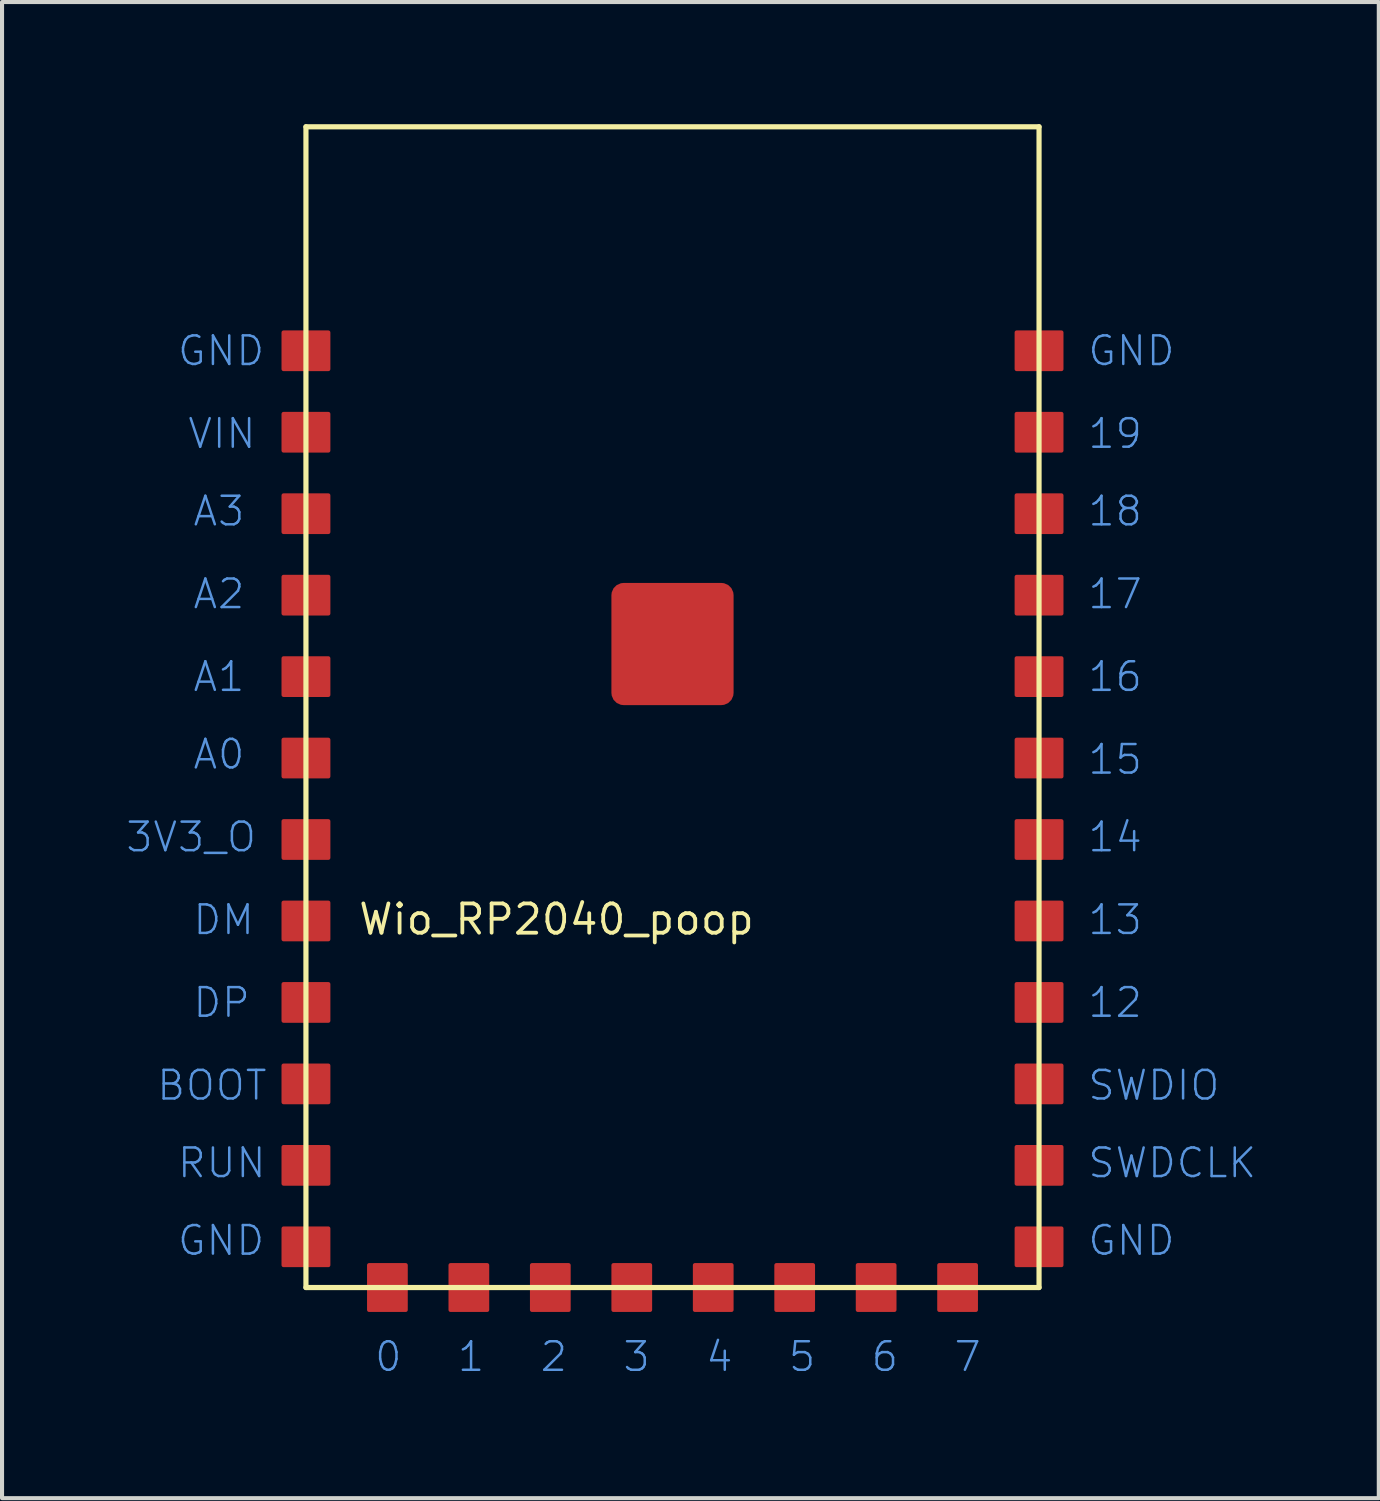
<source format=kicad_pcb>
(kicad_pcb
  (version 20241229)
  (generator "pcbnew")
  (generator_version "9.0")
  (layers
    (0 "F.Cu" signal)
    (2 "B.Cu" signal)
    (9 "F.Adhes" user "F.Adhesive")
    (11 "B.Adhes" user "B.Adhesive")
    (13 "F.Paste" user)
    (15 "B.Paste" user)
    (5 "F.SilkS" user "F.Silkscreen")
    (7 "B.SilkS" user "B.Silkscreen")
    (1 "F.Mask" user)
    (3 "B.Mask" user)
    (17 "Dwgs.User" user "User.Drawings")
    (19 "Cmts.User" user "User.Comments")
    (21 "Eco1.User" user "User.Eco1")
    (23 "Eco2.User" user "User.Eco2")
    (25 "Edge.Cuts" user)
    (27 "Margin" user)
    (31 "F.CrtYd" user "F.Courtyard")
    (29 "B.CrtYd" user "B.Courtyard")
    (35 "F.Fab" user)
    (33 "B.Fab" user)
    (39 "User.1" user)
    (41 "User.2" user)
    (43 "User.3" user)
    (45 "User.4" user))
  (footprint "Wio_RP2040_poop"
    (layer "F.Cu")
    (at 13.462 11.563)
    (property "Reference" "Wio_RP2040_poop" (at 2.057 7.96 0) (layer "F.SilkS") (effects (font (size 0.719 0.719) (thickness 0.093)) (justify right)))
    (fp_line (start -9 -11.5) (end 9 -11.5) (stroke (width 0.127) (type solid)) (layer "F.SilkS"))
    (fp_line (start -9 17) (end -9 -11.5) (stroke (width 0.127) (type solid)) (layer "F.SilkS"))
    (fp_line (start 9 -11.5) (end 9 17) (stroke (width 0.127) (type solid)) (layer "F.SilkS"))
    (fp_line (start 9 17) (end -9 17) (stroke (width 0.127) (type solid)) (layer "F.SilkS"))
    (fp_text user "18" (at 10.16 -1.651 0) (layer "Cmts.User") (effects (font (size 0.701 0.701) (thickness 0.061)) (justify left bottom)))
    (fp_text user "GND" (at 10.16 -5.588 0) (layer "Cmts.User") (effects (font (size 0.701 0.701) (thickness 0.061)) (justify left bottom)))
    (fp_text user "19" (at 10.16 -3.556 0) (layer "Cmts.User") (effects (font (size 0.701 0.701) (thickness 0.061)) (justify left bottom)))
    (fp_text user "15" (at 10.16 4.445 0) (layer "Cmts.User") (effects (font (size 0.701 0.701) (thickness 0.061)) (justify left bottom)))
    (fp_text user "VIN" (at -11.938 -3.556 0) (layer "Cmts.User") (effects (font (size 0.701 0.701) (thickness 0.061)) (justify left bottom)))
    (fp_text user "3V3_O" (at -13.462 6.35 0) (layer "Cmts.User") (effects (font (size 0.701 0.701) (thickness 0.061)) (justify left bottom)))
    (fp_text user "A3" (at -11.811 -1.651 0) (layer "Cmts.User") (effects (font (size 0.701 0.701) (thickness 0.061)) (justify left bottom)))
    (fp_text user "3" (at -0.508 18.288 0) (layer "Cmts.User") (effects (font (size 0.701 0.701) (thickness 0.061)) (justify right top)))
    (fp_text user "GND" (at 10.16 16.256 0) (layer "Cmts.User") (effects (font (size 0.701 0.701) (thickness 0.061)) (justify left bottom)))
    (fp_text user "1" (at -4.572 18.288 0) (layer "Cmts.User") (effects (font (size 0.701 0.701) (thickness 0.061)) (justify right top)))
    (fp_text user "4" (at 1.524 18.288 0) (layer "Cmts.User") (effects (font (size 0.701 0.701) (thickness 0.061)) (justify right top)))
    (fp_text user "5" (at 3.556 18.288 0) (layer "Cmts.User") (effects (font (size 0.701 0.701) (thickness 0.061)) (justify right top)))
    (fp_text user "A0" (at -11.811 4.318 0) (layer "Cmts.User") (effects (font (size 0.701 0.701) (thickness 0.061)) (justify left bottom)))
    (fp_text user "A2" (at -11.811 0.381 0) (layer "Cmts.User") (effects (font (size 0.701 0.701) (thickness 0.061)) (justify left bottom)))
    (fp_text user "SWDIO" (at 10.16 12.446 0) (layer "Cmts.User") (effects (font (size 0.701 0.701) (thickness 0.061)) (justify left bottom)))
    (fp_text user "DP" (at -11.811 10.414 0) (layer "Cmts.User") (effects (font (size 0.701 0.701) (thickness 0.061)) (justify left bottom)))
    (fp_text user "6" (at 5.588 18.288 0) (layer "Cmts.User") (effects (font (size 0.701 0.701) (thickness 0.061)) (justify right top)))
    (fp_text user "16" (at 10.16 2.413 0) (layer "Cmts.User") (effects (font (size 0.701 0.701) (thickness 0.061)) (justify left bottom)))
    (fp_text user "13" (at 10.16 8.382 0) (layer "Cmts.User") (effects (font (size 0.701 0.701) (thickness 0.061)) (justify left bottom)))
    (fp_text user "GND" (at -12.192 -5.588 0) (layer "Cmts.User") (effects (font (size 0.701 0.701) (thickness 0.061)) (justify left bottom)))
    (fp_text user "7" (at 7.62 18.288 0) (layer "Cmts.User") (effects (font (size 0.701 0.701) (thickness 0.061)) (justify right top)))
    (fp_text user "0" (at -6.604 18.288 0) (layer "Cmts.User") (effects (font (size 0.701 0.701) (thickness 0.061)) (justify right top)))
    (fp_text user "12" (at 10.16 10.414 0) (layer "Cmts.User") (effects (font (size 0.701 0.701) (thickness 0.061)) (justify left bottom)))
    (fp_text user "BOOT" (at -12.7 12.446 0) (layer "Cmts.User") (effects (font (size 0.701 0.701) (thickness 0.061)) (justify left bottom)))
    (fp_text user "SWDCLK" (at 10.16 14.351 0) (layer "Cmts.User") (effects (font (size 0.701 0.701) (thickness 0.061)) (justify left bottom)))
    (fp_text user "GND" (at -12.192 16.256 0) (layer "Cmts.User") (effects (font (size 0.701 0.701) (thickness 0.061)) (justify left bottom)))
    (fp_text user "2" (at -2.54 18.288 0) (layer "Cmts.User") (effects (font (size 0.701 0.701) (thickness 0.061)) (justify right top)))
    (fp_text user "17" (at 10.16 0.381 0) (layer "Cmts.User") (effects (font (size 0.701 0.701) (thickness 0.061)) (justify left bottom)))
    (fp_text user "14" (at 10.16 6.35 0) (layer "Cmts.User") (effects (font (size 0.701 0.701) (thickness 0.061)) (justify left bottom)))
    (fp_text user "A1" (at -11.811 2.413 0) (layer "Cmts.User") (effects (font (size 0.701 0.701) (thickness 0.061)) (justify left bottom)))
    (fp_text user "DM" (at -11.811 8.382 0) (layer "Cmts.User") (effects (font (size 0.701 0.701) (thickness 0.061)) (justify left bottom)))
    (fp_text user "RUN" (at -12.192 14.351 0) (layer "Cmts.User") (effects (font (size 0.701 0.701) (thickness 0.061)) (justify left bottom)))
    (pad "1@1" smd roundrect (at -9 -6 90) (size 1 1.2) (layers "F.Cu" "F.Mask" "F.Paste") (roundrect_rratio 0.05))
    (pad "2@1" smd roundrect (at -9 -4 90) (size 1 1.2) (layers "F.Cu" "F.Mask" "F.Paste") (roundrect_rratio 0.05))
    (pad "3@1" smd roundrect (at -9 -2 90) (size 1 1.2) (layers "F.Cu" "F.Mask" "F.Paste") (roundrect_rratio 0.05))
    (pad "4@1" smd roundrect (at -9 0 90) (size 1 1.2) (layers "F.Cu" "F.Mask" "F.Paste") (roundrect_rratio 0.05))
    (pad "5@1" smd roundrect (at -9 2 90) (size 1 1.2) (layers "F.Cu" "F.Mask" "F.Paste") (roundrect_rratio 0.05))
    (pad "6@1" smd roundrect (at -9 4 90) (size 1 1.2) (layers "F.Cu" "F.Mask" "F.Paste") (roundrect_rratio 0.05))
    (pad "7@1" smd roundrect (at -9 6 90) (size 1 1.2) (layers "F.Cu" "F.Mask" "F.Paste") (roundrect_rratio 0.05))
    (pad "8@1" smd roundrect (at -9 8 90) (size 1 1.2) (layers "F.Cu" "F.Mask" "F.Paste") (roundrect_rratio 0.05))
    (pad "9@1" smd roundrect (at -9 10 90) (size 1 1.2) (layers "F.Cu" "F.Mask" "F.Paste") (roundrect_rratio 0.05))
    (pad "10@1" smd roundrect (at -9 12 90) (size 1 1.2) (layers "F.Cu" "F.Mask" "F.Paste") (roundrect_rratio 0.05))
    (pad "11@1" smd roundrect (at -9 14 90) (size 1 1.2) (layers "F.Cu" "F.Mask" "F.Paste") (roundrect_rratio 0.05))
    (pad "12@1" smd roundrect (at -9 16 90) (size 1 1.2) (layers "F.Cu" "F.Mask" "F.Paste") (roundrect_rratio 0.05))
    (pad "13@1" smd roundrect (at -7 17 180) (size 1 1.2) (layers "F.Cu" "F.Mask" "F.Paste") (roundrect_rratio 0.05))
    (pad "14@1" smd roundrect (at -5 17 180) (size 1 1.2) (layers "F.Cu" "F.Mask" "F.Paste") (roundrect_rratio 0.05))
    (pad "15@1" smd roundrect (at -3 17 180) (size 1 1.2) (layers "F.Cu" "F.Mask" "F.Paste") (roundrect_rratio 0.05))
    (pad "16@1" smd roundrect (at -1 17 180) (size 1 1.2) (layers "F.Cu" "F.Mask" "F.Paste") (roundrect_rratio 0.05))
    (pad "17@1" smd roundrect (at 1 17 180) (size 1 1.2) (layers "F.Cu" "F.Mask" "F.Paste") (roundrect_rratio 0.05))
    (pad "18@1" smd roundrect (at 3 17 180) (size 1 1.2) (layers "F.Cu" "F.Mask" "F.Paste") (roundrect_rratio 0.05))
    (pad "19@1" smd roundrect (at 5 17 180) (size 1 1.2) (layers "F.Cu" "F.Mask" "F.Paste") (roundrect_rratio 0.05))
    (pad "20@1" smd roundrect (at 7 17 180) (size 1 1.2) (layers "F.Cu" "F.Mask" "F.Paste") (roundrect_rratio 0.05))
    (pad "21@1" smd roundrect (at 9 16 270) (size 1 1.2) (layers "F.Cu" "F.Mask" "F.Paste") (roundrect_rratio 0.05))
    (pad "22@1" smd roundrect (at 9 14 270) (size 1 1.2) (layers "F.Cu" "F.Mask" "F.Paste") (roundrect_rratio 0.05))
    (pad "23@1" smd roundrect (at 9 12 270) (size 1 1.2) (layers "F.Cu" "F.Mask" "F.Paste") (roundrect_rratio 0.05))
    (pad "24@1" smd roundrect (at 9 10 270) (size 1 1.2) (layers "F.Cu" "F.Mask" "F.Paste") (roundrect_rratio 0.05))
    (pad "25@1" smd roundrect (at 9 8 270) (size 1 1.2) (layers "F.Cu" "F.Mask" "F.Paste") (roundrect_rratio 0.05))
    (pad "26@1" smd roundrect (at 9 6 270) (size 1 1.2) (layers "F.Cu" "F.Mask" "F.Paste") (roundrect_rratio 0.05))
    (pad "27@1" smd roundrect (at 9 4 270) (size 1 1.2) (layers "F.Cu" "F.Mask" "F.Paste") (roundrect_rratio 0.05))
    (pad "28@1" smd roundrect (at 9 2 270) (size 1 1.2) (layers "F.Cu" "F.Mask" "F.Paste") (roundrect_rratio 0.05))
    (pad "29@1" smd roundrect (at 9 0 270) (size 1 1.2) (layers "F.Cu" "F.Mask" "F.Paste") (roundrect_rratio 0.05))
    (pad "30@1" smd roundrect (at 9 -2 270) (size 1 1.2) (layers "F.Cu" "F.Mask" "F.Paste") (roundrect_rratio 0.05))
    (pad "31@1" smd roundrect (at 9 -4 270) (size 1 1.2) (layers "F.Cu" "F.Mask" "F.Paste") (roundrect_rratio 0.05))
    (pad "32@1" smd roundrect (at 9 -6 270) (size 1 1.2) (layers "F.Cu" "F.Mask" "F.Paste") (roundrect_rratio 0.05))
    (pad "33" smd roundrect (at 0 1.2) (size 3 3) (layers "F.Cu" "F.Mask" "F.Paste") (roundrect_rratio 0.1)))
  (gr_rect
    (start -3 -3)
    (end 30.804 33.735)
    (stroke (width 0.1) (type default))
    (fill no)
    (layer "Edge.Cuts")))
</source>
